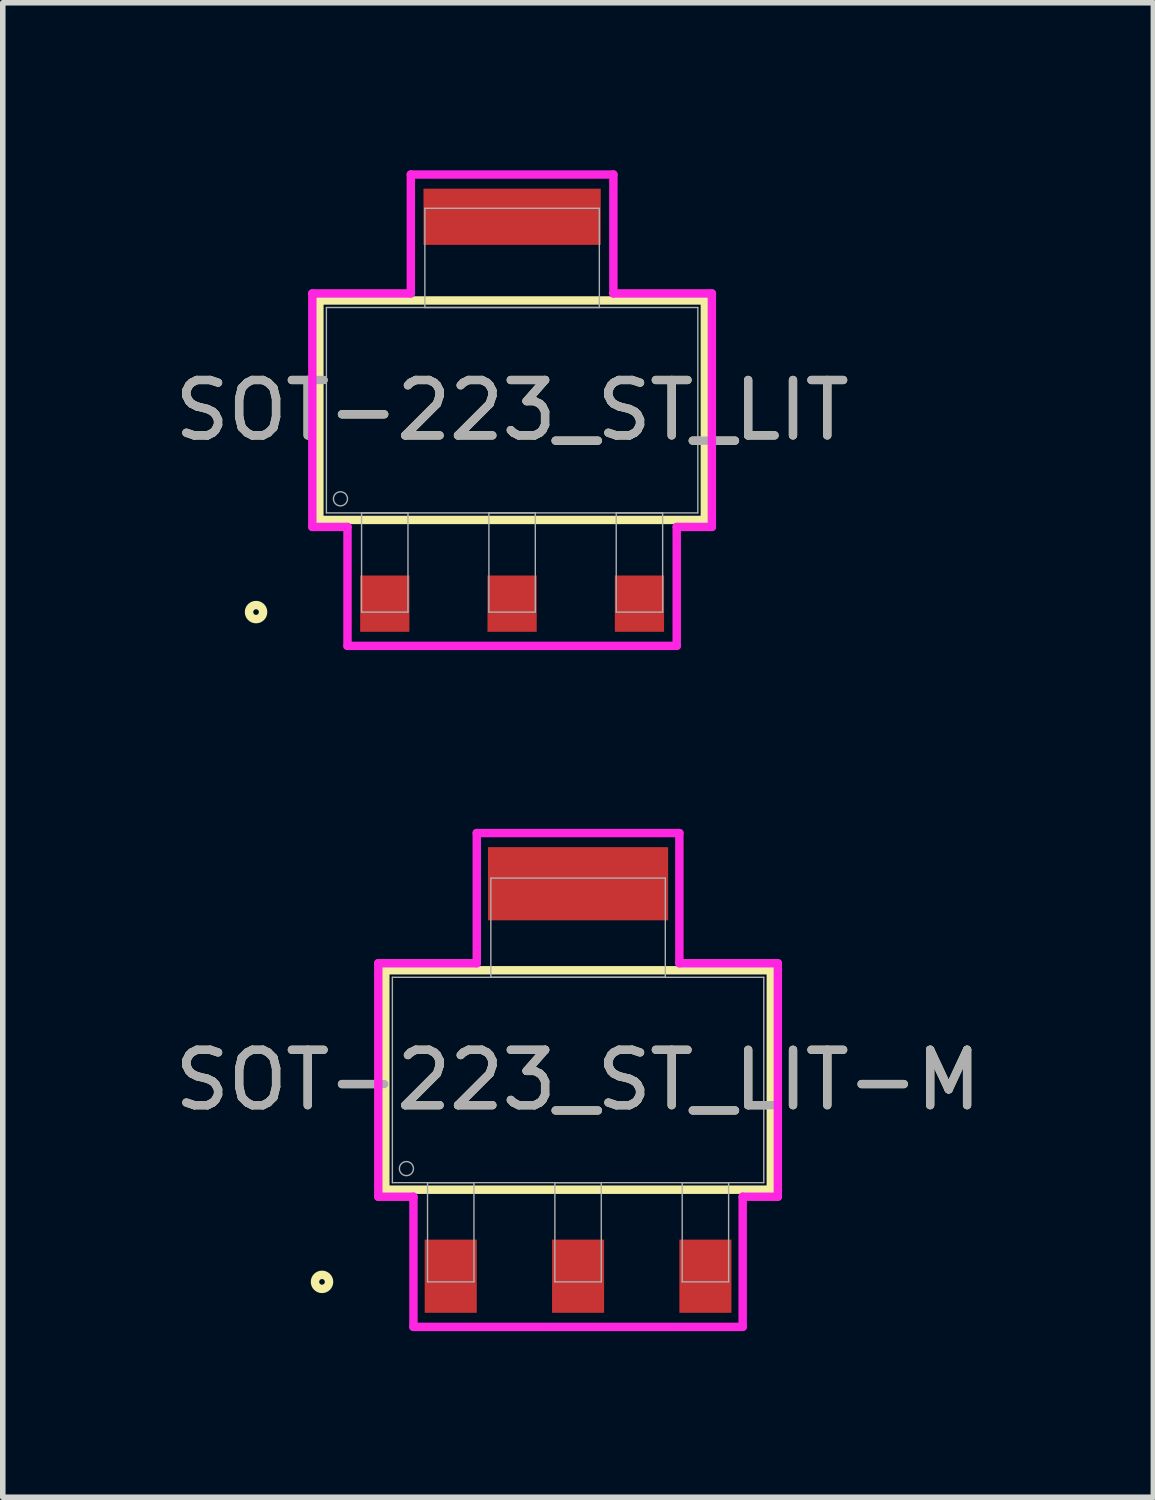
<source format=kicad_pcb>
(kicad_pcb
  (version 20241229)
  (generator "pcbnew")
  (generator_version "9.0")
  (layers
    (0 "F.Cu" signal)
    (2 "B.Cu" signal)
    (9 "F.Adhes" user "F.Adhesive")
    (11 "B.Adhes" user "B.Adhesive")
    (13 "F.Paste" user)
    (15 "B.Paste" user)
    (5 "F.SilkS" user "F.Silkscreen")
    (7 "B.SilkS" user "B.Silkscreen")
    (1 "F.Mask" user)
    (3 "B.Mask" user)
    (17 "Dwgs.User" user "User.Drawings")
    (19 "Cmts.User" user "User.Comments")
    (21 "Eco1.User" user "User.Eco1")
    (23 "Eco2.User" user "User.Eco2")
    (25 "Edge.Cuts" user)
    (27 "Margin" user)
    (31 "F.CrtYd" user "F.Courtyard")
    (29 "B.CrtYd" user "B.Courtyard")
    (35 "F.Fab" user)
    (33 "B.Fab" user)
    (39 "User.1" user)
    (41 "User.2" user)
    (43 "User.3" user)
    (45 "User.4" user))
  (footprint "SOT-223_ST_LIT-M"
    (layer "F.Cu")
    (at 7.387 16.449)
    (property "Reference" "SOT-223_ST_LIT-M" (at 0 0 0) (unlocked yes) (layer "F.SilkS") (effects (font (size 1 1) (thickness 0.15))))
    (attr smd)
    (fp_poly (pts (xy 1.626 -4.204) (xy -1.626 -4.204) (xy -1.626 -2.883) (xy 1.626 -2.883)) (stroke (width 0) (type solid)) (fill yes) (layer "F.Cu"))
    (fp_poly (pts (xy 1.676 -4.763) (xy -1.676 -4.763) (xy -1.676 -2.426) (xy 1.676 -2.426)) (stroke (width 0) (type solid)) (fill yes) (layer "F.Mask"))
    (fp_line (start -3.48 -1.981) (end -3.48 1.981) (stroke (width 0.152) (type solid)) (layer "F.SilkS"))
    (fp_line (start -3.48 1.981) (end 3.48 1.981) (stroke (width 0.152) (type solid)) (layer "F.SilkS"))
    (fp_line (start 3.48 -1.981) (end -3.48 -1.981) (stroke (width 0.152) (type solid)) (layer "F.SilkS"))
    (fp_line (start 3.48 1.981) (end 3.48 -1.981) (stroke (width 0.152) (type solid)) (layer "F.SilkS"))
    (fp_circle (center -4.623 3.645) (end -4.496 3.645) (stroke (width 0.152) (type solid)) (fill no) (layer "F.SilkS"))
    (fp_poly (pts (xy 1.626 -4.204) (xy -1.626 -4.204) (xy -1.626 -2.883) (xy 1.626 -2.883)) (stroke (width 0) (type solid)) (fill yes) (layer "F.Paste"))
    (fp_line (start -3.607 -2.108) (end -1.829 -2.108) (stroke (width 0.152) (type solid)) (layer "F.CrtYd"))
    (fp_line (start -3.607 2.108) (end -3.607 -2.108) (stroke (width 0.152) (type solid)) (layer "F.CrtYd"))
    (fp_line (start -2.972 2.108) (end -3.607 2.108) (stroke (width 0.152) (type solid)) (layer "F.CrtYd"))
    (fp_line (start -2.972 4.458) (end -2.972 2.108) (stroke (width 0.152) (type solid)) (layer "F.CrtYd"))
    (fp_line (start -1.829 -4.458) (end 1.829 -4.458) (stroke (width 0.152) (type solid)) (layer "F.CrtYd"))
    (fp_line (start -1.829 -2.108) (end -1.829 -4.458) (stroke (width 0.152) (type solid)) (layer "F.CrtYd"))
    (fp_line (start 1.829 -4.458) (end 1.829 -2.108) (stroke (width 0.152) (type solid)) (layer "F.CrtYd"))
    (fp_line (start 1.829 -2.108) (end 3.607 -2.108) (stroke (width 0.152) (type solid)) (layer "F.CrtYd"))
    (fp_line (start 2.972 2.108) (end 2.972 4.458) (stroke (width 0.152) (type solid)) (layer "F.CrtYd"))
    (fp_line (start 2.972 4.458) (end -2.972 4.458) (stroke (width 0.152) (type solid)) (layer "F.CrtYd"))
    (fp_line (start 3.607 -2.108) (end 3.607 2.108) (stroke (width 0.152) (type solid)) (layer "F.CrtYd"))
    (fp_line (start 3.607 2.108) (end 2.972 2.108) (stroke (width 0.152) (type solid)) (layer "F.CrtYd"))
    (fp_line (start -3.353 -1.854) (end -3.353 1.854) (stroke (width 0.025) (type solid)) (layer "F.Fab"))
    (fp_line (start -3.353 1.854) (end 3.353 1.854) (stroke (width 0.025) (type solid)) (layer "F.Fab"))
    (fp_line (start -2.718 1.854) (end -2.718 3.645) (stroke (width 0.025) (type solid)) (layer "F.Fab"))
    (fp_line (start -2.718 3.645) (end -1.88 3.645) (stroke (width 0.025) (type solid)) (layer "F.Fab"))
    (fp_line (start -1.88 1.854) (end -2.718 1.854) (stroke (width 0.025) (type solid)) (layer "F.Fab"))
    (fp_line (start -1.88 3.645) (end -1.88 1.854) (stroke (width 0.025) (type solid)) (layer "F.Fab"))
    (fp_line (start -1.575 -3.645) (end -1.575 -1.854) (stroke (width 0.025) (type solid)) (layer "F.Fab"))
    (fp_line (start -1.575 -1.854) (end 1.575 -1.854) (stroke (width 0.025) (type solid)) (layer "F.Fab"))
    (fp_line (start -0.419 1.854) (end -0.419 3.645) (stroke (width 0.025) (type solid)) (layer "F.Fab"))
    (fp_line (start -0.419 3.645) (end 0.419 3.645) (stroke (width 0.025) (type solid)) (layer "F.Fab"))
    (fp_line (start 0.419 1.854) (end -0.419 1.854) (stroke (width 0.025) (type solid)) (layer "F.Fab"))
    (fp_line (start 0.419 3.645) (end 0.419 1.854) (stroke (width 0.025) (type solid)) (layer "F.Fab"))
    (fp_line (start 1.575 -3.645) (end -1.575 -3.645) (stroke (width 0.025) (type solid)) (layer "F.Fab"))
    (fp_line (start 1.575 -1.854) (end 1.575 -3.645) (stroke (width 0.025) (type solid)) (layer "F.Fab"))
    (fp_line (start 1.88 1.854) (end 1.88 3.645) (stroke (width 0.025) (type solid)) (layer "F.Fab"))
    (fp_line (start 1.88 3.645) (end 2.718 3.645) (stroke (width 0.025) (type solid)) (layer "F.Fab"))
    (fp_line (start 2.718 1.854) (end 1.88 1.854) (stroke (width 0.025) (type solid)) (layer "F.Fab"))
    (fp_line (start 2.718 3.645) (end 2.718 1.854) (stroke (width 0.025) (type solid)) (layer "F.Fab"))
    (fp_line (start 3.353 -1.854) (end -3.353 -1.854) (stroke (width 0.025) (type solid)) (layer "F.Fab"))
    (fp_line (start 3.353 1.854) (end 3.353 -1.854) (stroke (width 0.025) (type solid)) (layer "F.Fab"))
    (fp_circle (center -3.099 1.6) (end -2.972 1.6) (stroke (width 0.025) (type solid)) (fill no) (layer "F.Fab"))
    (fp_text user "${REFERENCE}" (at 0 0 0) (unlocked yes) (layer "F.Fab") (effects (font (size 1 1) (thickness 0.15))))
    (pad "1" smd rect (at -2.299 3.543) (size 0.94 1.321) (layers "F.Cu" "F.Mask" "F.Paste"))
    (pad "2" smd rect (at 0 3.543) (size 0.94 1.321) (layers "F.Cu" "F.Mask" "F.Paste"))
    (pad "3" smd rect (at 2.299 3.543) (size 0.94 1.321) (layers "F.Cu" "F.Mask" "F.Paste")))
  (footprint "SOT-223_ST_LIT"
    (layer "F.Cu")
    (at 6.196 4.356)
    (property "Reference" "SOT-223_ST_LIT" (at 0 0 0) (unlocked yes) (layer "F.SilkS") (effects (font (size 1 1) (thickness 0.15))))
    (attr smd)
    (fp_poly (pts (xy 1.6 -4) (xy -1.6 -4) (xy -1.6 -2.985) (xy 1.6 -2.985)) (stroke (width 0) (type solid)) (fill yes) (layer "F.Cu"))
    (fp_poly (pts (xy 1.626 -4.356) (xy -1.626 -4.356) (xy -1.626 -2.629) (xy 1.626 -2.629)) (stroke (width 0) (type solid)) (fill yes) (layer "F.Mask"))
    (fp_line (start -3.48 -1.981) (end -3.48 1.981) (stroke (width 0.152) (type solid)) (layer "F.SilkS"))
    (fp_line (start -3.48 1.981) (end 3.48 1.981) (stroke (width 0.152) (type solid)) (layer "F.SilkS"))
    (fp_line (start 3.48 -1.981) (end -3.48 -1.981) (stroke (width 0.152) (type solid)) (layer "F.SilkS"))
    (fp_line (start 3.48 1.981) (end 3.48 -1.981) (stroke (width 0.152) (type solid)) (layer "F.SilkS"))
    (fp_circle (center -4.623 3.645) (end -4.496 3.645) (stroke (width 0.152) (type solid)) (fill no) (layer "F.SilkS"))
    (fp_poly (pts (xy 1.6 -4) (xy -1.6 -4) (xy -1.6 -2.985) (xy 1.6 -2.985)) (stroke (width 0) (type solid)) (fill yes) (layer "F.Paste"))
    (fp_line (start -3.607 -2.108) (end -1.829 -2.108) (stroke (width 0.152) (type solid)) (layer "F.CrtYd"))
    (fp_line (start -3.607 2.108) (end -3.607 -2.108) (stroke (width 0.152) (type solid)) (layer "F.CrtYd"))
    (fp_line (start -2.972 2.108) (end -3.607 2.108) (stroke (width 0.152) (type solid)) (layer "F.CrtYd"))
    (fp_line (start -2.972 4.255) (end -2.972 2.108) (stroke (width 0.152) (type solid)) (layer "F.CrtYd"))
    (fp_line (start -1.829 -4.255) (end 1.829 -4.255) (stroke (width 0.152) (type solid)) (layer "F.CrtYd"))
    (fp_line (start -1.829 -2.108) (end -1.829 -4.255) (stroke (width 0.152) (type solid)) (layer "F.CrtYd"))
    (fp_line (start 1.829 -4.255) (end 1.829 -2.108) (stroke (width 0.152) (type solid)) (layer "F.CrtYd"))
    (fp_line (start 1.829 -2.108) (end 3.607 -2.108) (stroke (width 0.152) (type solid)) (layer "F.CrtYd"))
    (fp_line (start 2.972 2.108) (end 2.972 4.255) (stroke (width 0.152) (type solid)) (layer "F.CrtYd"))
    (fp_line (start 2.972 4.255) (end -2.972 4.255) (stroke (width 0.152) (type solid)) (layer "F.CrtYd"))
    (fp_line (start 3.607 -2.108) (end 3.607 2.108) (stroke (width 0.152) (type solid)) (layer "F.CrtYd"))
    (fp_line (start 3.607 2.108) (end 2.972 2.108) (stroke (width 0.152) (type solid)) (layer "F.CrtYd"))
    (fp_line (start -3.353 -1.854) (end -3.353 1.854) (stroke (width 0.025) (type solid)) (layer "F.Fab"))
    (fp_line (start -3.353 1.854) (end 3.353 1.854) (stroke (width 0.025) (type solid)) (layer "F.Fab"))
    (fp_line (start -2.718 1.854) (end -2.718 3.645) (stroke (width 0.025) (type solid)) (layer "F.Fab"))
    (fp_line (start -2.718 3.645) (end -1.88 3.645) (stroke (width 0.025) (type solid)) (layer "F.Fab"))
    (fp_line (start -1.88 1.854) (end -2.718 1.854) (stroke (width 0.025) (type solid)) (layer "F.Fab"))
    (fp_line (start -1.88 3.645) (end -1.88 1.854) (stroke (width 0.025) (type solid)) (layer "F.Fab"))
    (fp_line (start -1.575 -3.645) (end -1.575 -1.854) (stroke (width 0.025) (type solid)) (layer "F.Fab"))
    (fp_line (start -1.575 -1.854) (end 1.575 -1.854) (stroke (width 0.025) (type solid)) (layer "F.Fab"))
    (fp_line (start -0.419 1.854) (end -0.419 3.645) (stroke (width 0.025) (type solid)) (layer "F.Fab"))
    (fp_line (start -0.419 3.645) (end 0.419 3.645) (stroke (width 0.025) (type solid)) (layer "F.Fab"))
    (fp_line (start 0.419 1.854) (end -0.419 1.854) (stroke (width 0.025) (type solid)) (layer "F.Fab"))
    (fp_line (start 0.419 3.645) (end 0.419 1.854) (stroke (width 0.025) (type solid)) (layer "F.Fab"))
    (fp_line (start 1.575 -3.645) (end -1.575 -3.645) (stroke (width 0.025) (type solid)) (layer "F.Fab"))
    (fp_line (start 1.575 -1.854) (end 1.575 -3.645) (stroke (width 0.025) (type solid)) (layer "F.Fab"))
    (fp_line (start 1.88 1.854) (end 1.88 3.645) (stroke (width 0.025) (type solid)) (layer "F.Fab"))
    (fp_line (start 1.88 3.645) (end 2.718 3.645) (stroke (width 0.025) (type solid)) (layer "F.Fab"))
    (fp_line (start 2.718 1.854) (end 1.88 1.854) (stroke (width 0.025) (type solid)) (layer "F.Fab"))
    (fp_line (start 2.718 3.645) (end 2.718 1.854) (stroke (width 0.025) (type solid)) (layer "F.Fab"))
    (fp_line (start 3.353 -1.854) (end -3.353 -1.854) (stroke (width 0.025) (type solid)) (layer "F.Fab"))
    (fp_line (start 3.353 1.854) (end 3.353 -1.854) (stroke (width 0.025) (type solid)) (layer "F.Fab"))
    (fp_circle (center -3.099 1.6) (end -2.972 1.6) (stroke (width 0.025) (type solid)) (fill no) (layer "F.Fab"))
    (fp_text user "${REFERENCE}" (at 0 0 0) (unlocked yes) (layer "F.Fab") (effects (font (size 1 1) (thickness 0.15))))
    (pad "1" smd rect (at -2.299 3.493) (size 0.889 1.016) (layers "F.Cu" "F.Mask" "F.Paste"))
    (pad "2" smd rect (at 0 3.493) (size 0.889 1.016) (layers "F.Cu" "F.Mask" "F.Paste"))
    (pad "3" smd rect (at 2.299 3.493) (size 0.889 1.016) (layers "F.Cu" "F.Mask" "F.Paste")))
  (gr_rect
    (start -3 -3)
    (end 17.774 23.983)
    (stroke (width 0.1) (type default))
    (fill no)
    (layer "Edge.Cuts")))
</source>
